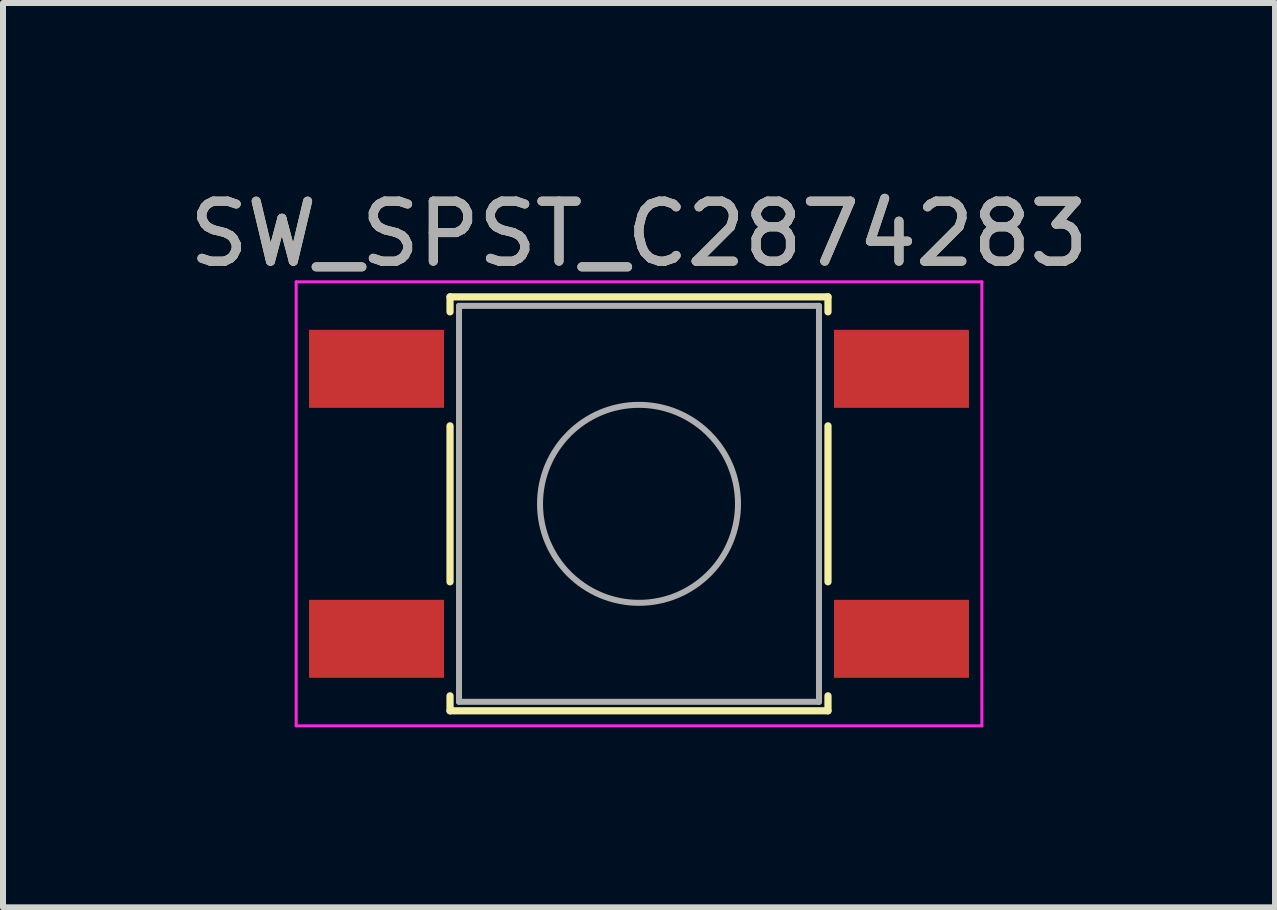
<source format=kicad_pcb>
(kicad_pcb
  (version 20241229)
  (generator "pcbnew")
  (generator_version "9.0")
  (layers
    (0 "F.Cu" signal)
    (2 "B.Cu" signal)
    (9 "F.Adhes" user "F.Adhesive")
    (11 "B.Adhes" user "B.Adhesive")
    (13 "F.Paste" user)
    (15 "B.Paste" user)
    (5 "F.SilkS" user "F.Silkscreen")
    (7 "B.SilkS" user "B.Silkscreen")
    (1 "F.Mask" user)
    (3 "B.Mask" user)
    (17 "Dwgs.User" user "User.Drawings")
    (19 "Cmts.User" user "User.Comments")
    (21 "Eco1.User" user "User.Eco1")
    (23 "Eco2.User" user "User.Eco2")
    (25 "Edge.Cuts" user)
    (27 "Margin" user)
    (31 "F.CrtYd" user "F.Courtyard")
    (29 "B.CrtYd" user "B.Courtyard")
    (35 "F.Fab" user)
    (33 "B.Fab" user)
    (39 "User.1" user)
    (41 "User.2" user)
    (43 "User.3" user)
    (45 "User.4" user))
  (footprint "SW_SPST_C2874283"
    (layer "F.Cu")
    (at 7.601 5.348)
    (property "Reference" "SW_SPST_C2874283" (at 0 -4.5 0) (layer "F.SilkS") (effects (font (size 1 1) (thickness 0.15))))
    (attr smd)
    (fp_line (start -3.15 -3.45) (end 3.15 -3.45) (stroke (width 0.12) (type solid)) (layer "F.SilkS"))
    (fp_line (start -3.15 -3.2) (end -3.15 -3.45) (stroke (width 0.12) (type solid)) (layer "F.SilkS"))
    (fp_line (start -3.15 1.3) (end -3.15 -1.3) (stroke (width 0.12) (type solid)) (layer "F.SilkS"))
    (fp_line (start -3.15 3.45) (end -3.15 3.2) (stroke (width 0.12) (type solid)) (layer "F.SilkS"))
    (fp_line (start 3.15 -3.45) (end 3.15 -3.2) (stroke (width 0.12) (type solid)) (layer "F.SilkS"))
    (fp_line (start 3.15 -1.3) (end 3.15 1.3) (stroke (width 0.12) (type solid)) (layer "F.SilkS"))
    (fp_line (start 3.15 3.2) (end 3.15 3.45) (stroke (width 0.12) (type solid)) (layer "F.SilkS"))
    (fp_line (start 3.15 3.45) (end -3.15 3.45) (stroke (width 0.12) (type solid)) (layer "F.SilkS"))
    (fp_line (start -5.715 -3.7) (end -5.715 3.7) (stroke (width 0.05) (type solid)) (layer "F.CrtYd"))
    (fp_line (start -5.715 3.7) (end 5.715 3.7) (stroke (width 0.05) (type solid)) (layer "F.CrtYd"))
    (fp_line (start 5.715 -3.7) (end -5.715 -3.7) (stroke (width 0.05) (type solid)) (layer "F.CrtYd"))
    (fp_line (start 5.715 3.7) (end 5.715 -3.7) (stroke (width 0.05) (type solid)) (layer "F.CrtYd"))
    (fp_line (start -3 -3.3) (end 3 -3.3) (stroke (width 0.1) (type solid)) (layer "F.Fab"))
    (fp_line (start -3 3.3) (end -3 -3.3) (stroke (width 0.1) (type solid)) (layer "F.Fab"))
    (fp_line (start 3 -3.3) (end 3 3.3) (stroke (width 0.1) (type solid)) (layer "F.Fab"))
    (fp_line (start 3 3.3) (end -3 3.3) (stroke (width 0.1) (type solid)) (layer "F.Fab"))
    (fp_circle (center 0 0) (end 1.65 0) (stroke (width 0.1) (type solid)) (fill no) (layer "F.Fab"))
    (fp_text user "${REFERENCE}" (at 0 -4.5 0) (layer "F.Fab") (effects (font (size 1 1) (thickness 0.15))))
    (pad "1" smd rect (at -4.375 -2.25) (size 2.25 1.3) (layers "F.Cu" "F.Mask" "F.Paste"))
    (pad "1" smd rect (at 4.375 -2.25) (size 2.25 1.3) (layers "F.Cu" "F.Mask" "F.Paste"))
    (pad "2" smd rect (at -4.375 2.25) (size 2.25 1.3) (layers "F.Cu" "F.Mask" "F.Paste"))
    (pad "2" smd rect (at 4.375 2.25) (size 2.25 1.3) (layers "F.Cu" "F.Mask" "F.Paste")))
  (gr_rect
    (start -3 -3)
    (end 18.202 12.073)
    (stroke (width 0.1) (type default))
    (fill no)
    (layer "Edge.Cuts")))
</source>
